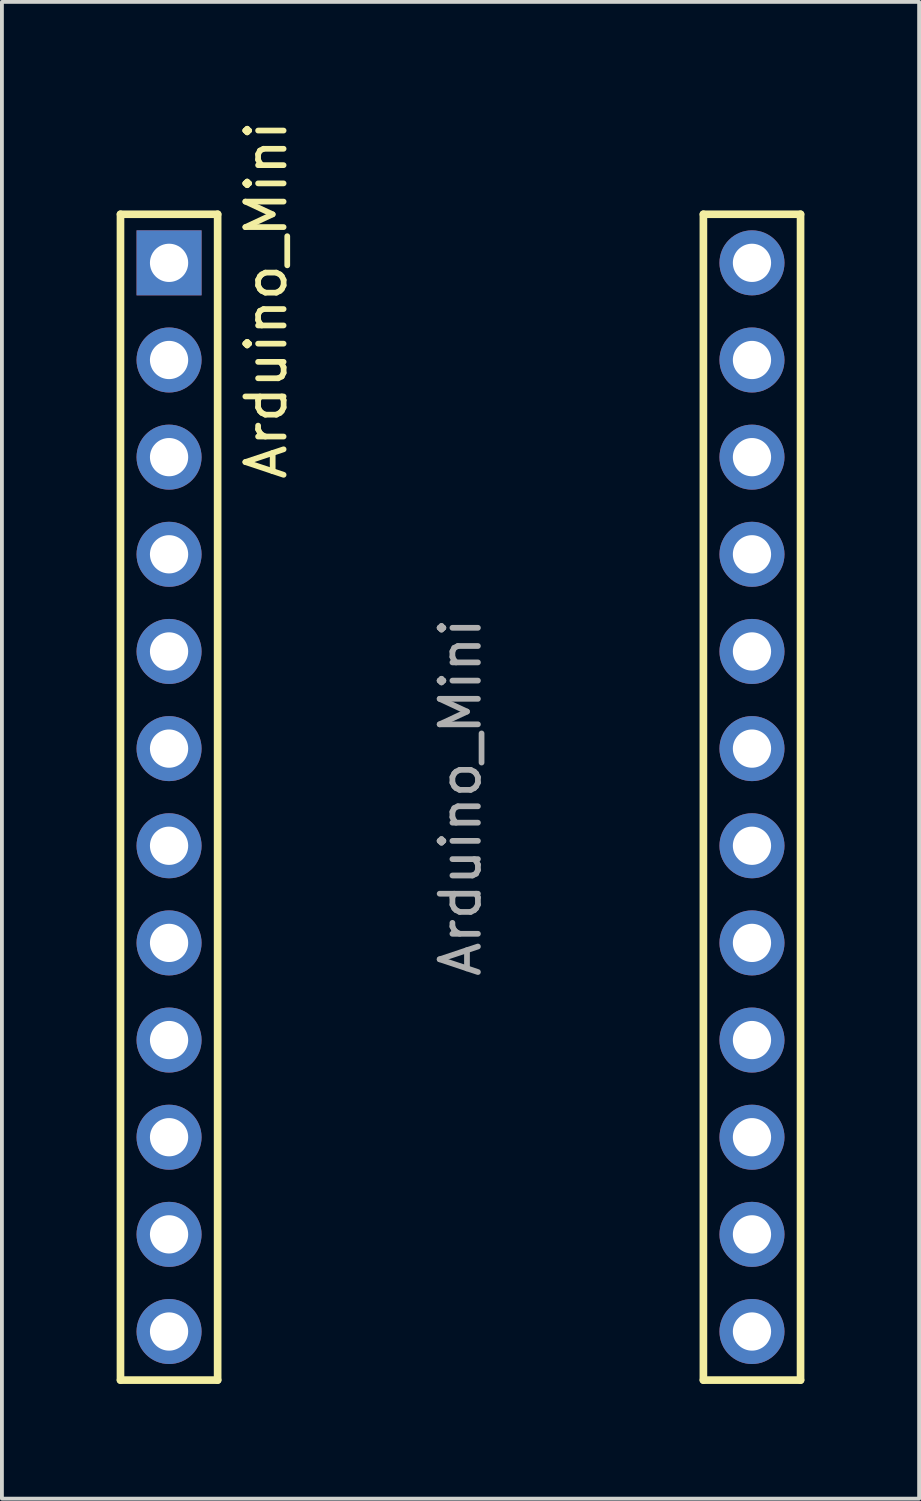
<source format=kicad_pcb>
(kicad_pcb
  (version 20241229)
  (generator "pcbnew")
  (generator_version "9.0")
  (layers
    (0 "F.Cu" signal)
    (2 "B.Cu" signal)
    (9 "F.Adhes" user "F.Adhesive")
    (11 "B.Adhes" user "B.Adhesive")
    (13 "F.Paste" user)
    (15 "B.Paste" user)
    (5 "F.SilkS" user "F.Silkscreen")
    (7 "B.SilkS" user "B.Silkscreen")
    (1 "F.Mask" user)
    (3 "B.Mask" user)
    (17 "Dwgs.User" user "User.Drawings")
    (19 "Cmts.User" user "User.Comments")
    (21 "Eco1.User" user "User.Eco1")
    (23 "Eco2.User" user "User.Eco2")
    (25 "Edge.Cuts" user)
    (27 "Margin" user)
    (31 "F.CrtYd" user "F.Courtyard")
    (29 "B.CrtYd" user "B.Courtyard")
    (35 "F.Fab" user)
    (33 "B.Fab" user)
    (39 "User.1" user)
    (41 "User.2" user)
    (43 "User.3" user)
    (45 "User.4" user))
  (footprint "Arduino_Mini"
    (layer "F.Cu")
    (at 8.99 17.792)
    (property "Reference" "Arduino_Mini" (at -5.08 -13 90) (layer "F.SilkS") (effects (font (size 1 1) (thickness 0.15))))
    (attr through_hole)
    (fp_line (start -8.89 -15.24) (end -6.35 -15.24) (stroke (width 0.2) (type solid)) (layer "F.SilkS"))
    (fp_line (start -8.89 15.24) (end -8.89 -15.24) (stroke (width 0.2) (type solid)) (layer "F.SilkS"))
    (fp_line (start -6.35 -15.24) (end -6.35 15.24) (stroke (width 0.2) (type solid)) (layer "F.SilkS"))
    (fp_line (start -6.35 15.24) (end -8.89 15.24) (stroke (width 0.2) (type solid)) (layer "F.SilkS"))
    (fp_line (start 6.35 -15.24) (end 8.89 -15.24) (stroke (width 0.2) (type solid)) (layer "F.SilkS"))
    (fp_line (start 6.35 15.24) (end 6.35 -15.24) (stroke (width 0.2) (type solid)) (layer "F.SilkS"))
    (fp_line (start 8.89 -15.24) (end 8.89 15.24) (stroke (width 0.2) (type solid)) (layer "F.SilkS"))
    (fp_line (start 8.89 15.24) (end 6.35 15.24) (stroke (width 0.2) (type solid)) (layer "F.SilkS"))
    (fp_text user "${REFERENCE}" (at 0 0 90) (layer "F.Fab") (effects (font (size 1 1) (thickness 0.15))))
    (pad "1" thru_hole rect (at -7.62 -13.97) (size 1.7 1.7) (drill 1) (layers "*.Cu" "*.Mask"))
    (pad "2" thru_hole oval (at -7.62 -11.43) (size 1.7 1.7) (drill 1) (layers "*.Cu" "*.Mask"))
    (pad "3" thru_hole oval (at -7.62 -8.89) (size 1.7 1.7) (drill 1) (layers "*.Cu" "*.Mask"))
    (pad "4" thru_hole oval (at -7.62 -6.35) (size 1.7 1.7) (drill 1) (layers "*.Cu" "*.Mask"))
    (pad "5" thru_hole oval (at -7.62 -3.81) (size 1.7 1.7) (drill 1) (layers "*.Cu" "*.Mask"))
    (pad "6" thru_hole oval (at -7.62 -1.27) (size 1.7 1.7) (drill 1) (layers "*.Cu" "*.Mask"))
    (pad "7" thru_hole oval (at -7.62 1.27) (size 1.7 1.7) (drill 1) (layers "*.Cu" "*.Mask"))
    (pad "8" thru_hole oval (at -7.62 3.81) (size 1.7 1.7) (drill 1) (layers "*.Cu" "*.Mask"))
    (pad "9" thru_hole oval (at -7.62 6.35) (size 1.7 1.7) (drill 1) (layers "*.Cu" "*.Mask"))
    (pad "10" thru_hole oval (at -7.62 8.89) (size 1.7 1.7) (drill 1) (layers "*.Cu" "*.Mask"))
    (pad "11" thru_hole oval (at -7.62 11.43) (size 1.7 1.7) (drill 1) (layers "*.Cu" "*.Mask"))
    (pad "12" thru_hole oval (at -7.62 13.97) (size 1.7 1.7) (drill 1) (layers "*.Cu" "*.Mask"))
    (pad "13" thru_hole oval (at 7.62 13.97) (size 1.7 1.7) (drill 1) (layers "*.Cu" "*.Mask"))
    (pad "14" thru_hole oval (at 7.62 11.43) (size 1.7 1.7) (drill 1) (layers "*.Cu" "*.Mask"))
    (pad "15" thru_hole oval (at 7.62 8.89) (size 1.7 1.7) (drill 1) (layers "*.Cu" "*.Mask"))
    (pad "16" thru_hole oval (at 7.62 6.35) (size 1.7 1.7) (drill 1) (layers "*.Cu" "*.Mask"))
    (pad "17" thru_hole oval (at 7.62 3.81) (size 1.7 1.7) (drill 1) (layers "*.Cu" "*.Mask"))
    (pad "18" thru_hole oval (at 7.62 1.27) (size 1.7 1.7) (drill 1) (layers "*.Cu" "*.Mask"))
    (pad "19" thru_hole oval (at 7.62 -1.27) (size 1.7 1.7) (drill 1) (layers "*.Cu" "*.Mask"))
    (pad "20" thru_hole oval (at 7.62 -3.81) (size 1.7 1.7) (drill 1) (layers "*.Cu" "*.Mask"))
    (pad "21" thru_hole oval (at 7.62 -6.35) (size 1.7 1.7) (drill 1) (layers "*.Cu" "*.Mask"))
    (pad "22" thru_hole oval (at 7.62 -8.89) (size 1.7 1.7) (drill 1) (layers "*.Cu" "*.Mask"))
    (pad "23" thru_hole oval (at 7.62 -11.43) (size 1.7 1.7) (drill 1) (layers "*.Cu" "*.Mask"))
    (pad "24" thru_hole oval (at 7.62 -13.97) (size 1.7 1.7) (drill 1) (layers "*.Cu" "*.Mask")))
  (gr_rect
    (start -3 -3)
    (end 20.98 36.132)
    (stroke (width 0.1) (type default))
    (fill no)
    (layer "Edge.Cuts")))
</source>
